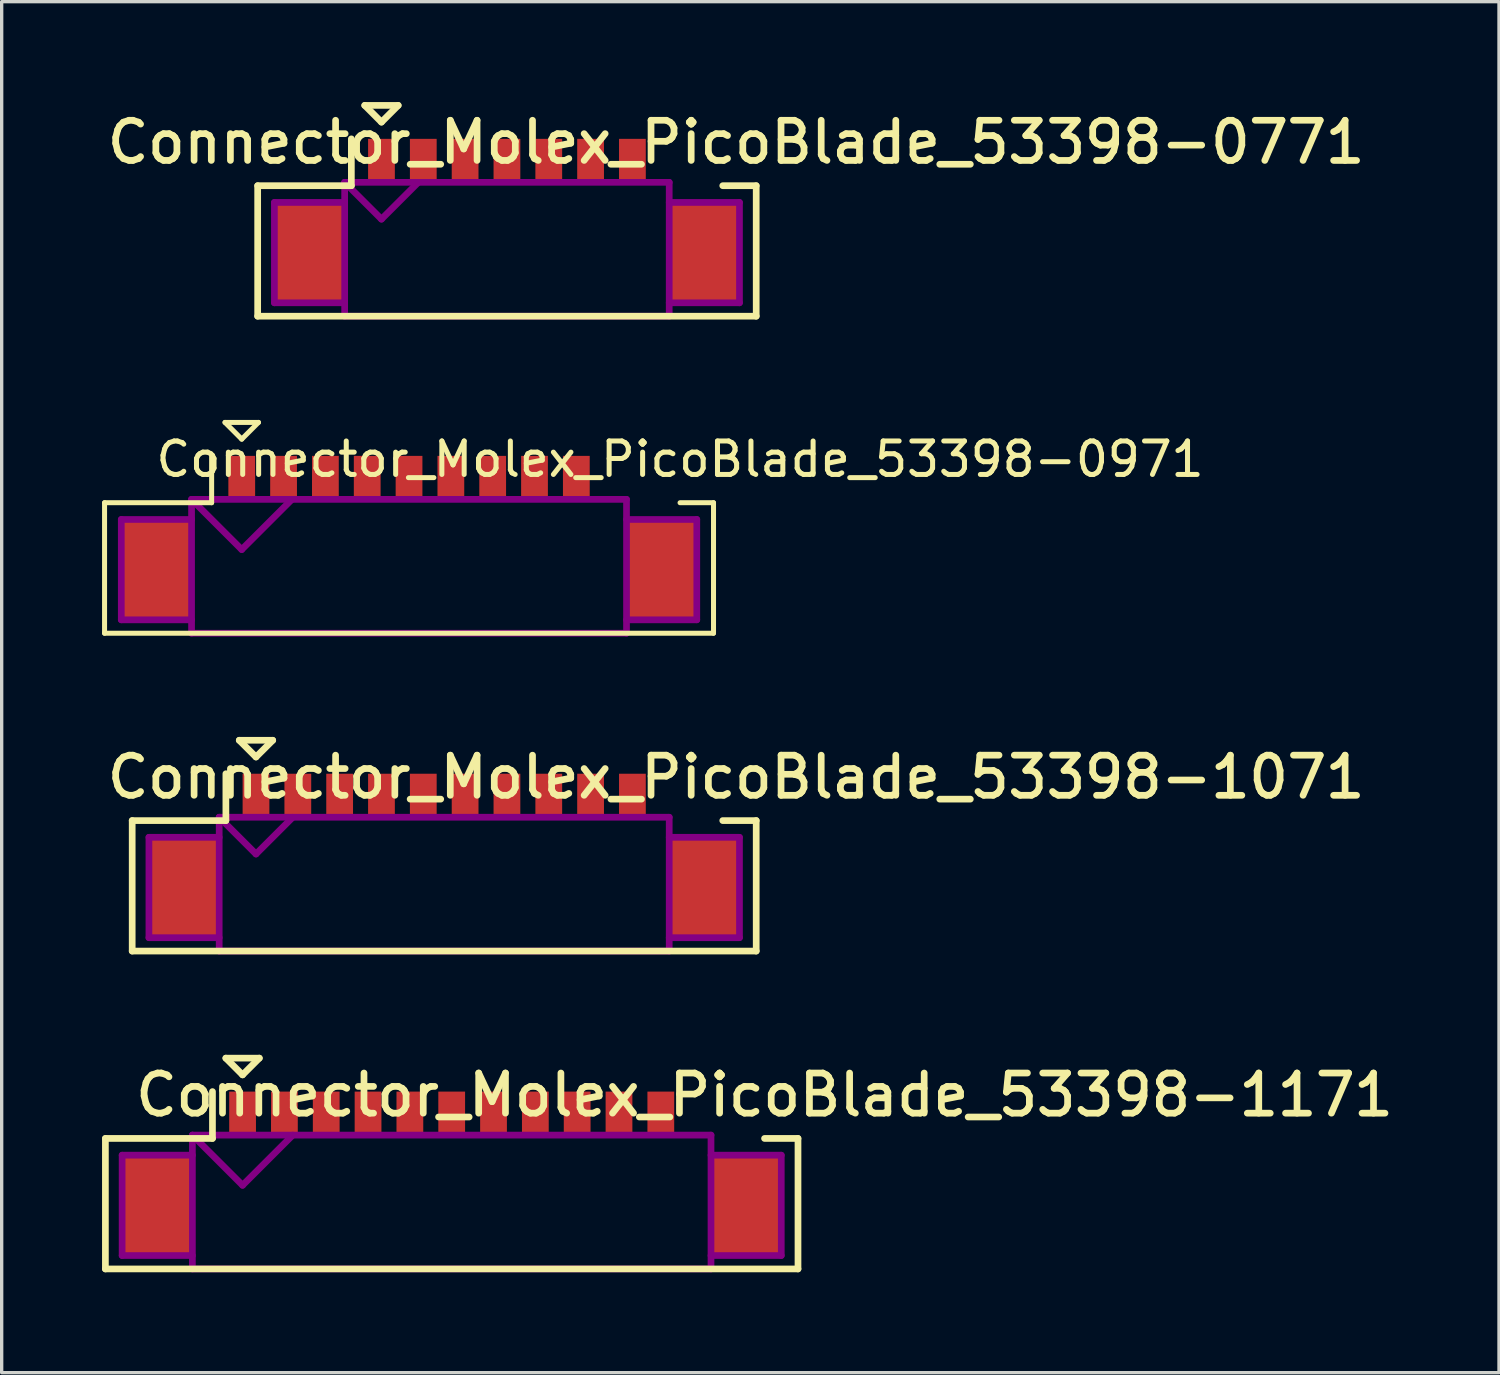
<source format=kicad_pcb>
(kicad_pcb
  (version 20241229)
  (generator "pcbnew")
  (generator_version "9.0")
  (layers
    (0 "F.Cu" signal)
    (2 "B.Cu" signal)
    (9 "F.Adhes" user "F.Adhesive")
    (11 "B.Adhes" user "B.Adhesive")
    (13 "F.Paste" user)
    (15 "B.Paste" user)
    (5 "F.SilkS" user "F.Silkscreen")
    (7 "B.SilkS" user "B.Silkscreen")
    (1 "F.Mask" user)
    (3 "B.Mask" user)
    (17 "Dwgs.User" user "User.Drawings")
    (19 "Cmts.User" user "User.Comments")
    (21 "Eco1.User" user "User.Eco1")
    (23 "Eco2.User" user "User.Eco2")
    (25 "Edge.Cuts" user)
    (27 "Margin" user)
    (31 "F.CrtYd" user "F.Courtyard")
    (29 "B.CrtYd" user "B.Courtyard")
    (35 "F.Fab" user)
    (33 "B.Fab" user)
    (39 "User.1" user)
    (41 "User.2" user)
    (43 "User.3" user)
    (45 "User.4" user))
  (footprint "Connector_Molex_PicoBlade_53398-0971"
    (layer "F.Cu")
    (at 9.175 13.975)
    (property "Reference" "Connector_Molex_PicoBlade_53398-0971" (at 8.1 -3.3 0) (layer "F.SilkS") (effects (font (size 1 1) (thickness 0.15))))
    (attr through_hole)
    (fp_line (start -9.1 -2) (end -9.1 1.9) (stroke (width 0.15) (type solid)) (layer "F.SilkS"))
    (fp_line (start -9.1 1.9) (end 9.1 1.9) (stroke (width 0.15) (type solid)) (layer "F.SilkS"))
    (fp_line (start -5.9 -3.4) (end -5.9 -2) (stroke (width 0.15) (type solid)) (layer "F.SilkS"))
    (fp_line (start -5.9 -2) (end -9.1 -2) (stroke (width 0.15) (type solid)) (layer "F.SilkS"))
    (fp_line (start -5.5 -4.4) (end -4.5 -4.4) (stroke (width 0.15) (type solid)) (layer "F.SilkS"))
    (fp_line (start -5 -3.9) (end -5.5 -4.4) (stroke (width 0.15) (type solid)) (layer "F.SilkS"))
    (fp_line (start -4.5 -4.4) (end -5 -3.9) (stroke (width 0.15) (type solid)) (layer "F.SilkS"))
    (fp_line (start 9.1 -2) (end 8.1 -2) (stroke (width 0.15) (type solid)) (layer "F.SilkS"))
    (fp_line (start 9.1 1.9) (end 9.1 -2) (stroke (width 0.15) (type solid)) (layer "F.SilkS"))
    (fp_line (start -8.6 -1.5) (end -8.6 1.5) (stroke (width 0.2) (type solid)) (layer "F.Adhes"))
    (fp_line (start -8.6 1.5) (end -6.5 1.5) (stroke (width 0.2) (type solid)) (layer "F.Adhes"))
    (fp_line (start -6.5 -2.1) (end -6.5 1.9) (stroke (width 0.2) (type solid)) (layer "F.Adhes"))
    (fp_line (start -6.5 -2.1) (end -5 -0.6) (stroke (width 0.2) (type solid)) (layer "F.Adhes"))
    (fp_line (start -6.5 -1.5) (end -8.6 -1.5) (stroke (width 0.2) (type solid)) (layer "F.Adhes"))
    (fp_line (start -6.5 1.9) (end 6.5 1.9) (stroke (width 0.2) (type solid)) (layer "F.Adhes"))
    (fp_line (start -5 -0.6) (end -3.5 -2.1) (stroke (width 0.2) (type solid)) (layer "F.Adhes"))
    (fp_line (start 6.5 -2.1) (end -6.5 -2.1) (stroke (width 0.2) (type solid)) (layer "F.Adhes"))
    (fp_line (start 6.5 -1.5) (end 8.6 -1.5) (stroke (width 0.2) (type solid)) (layer "F.Adhes"))
    (fp_line (start 6.5 1.9) (end 6.5 -2.1) (stroke (width 0.2) (type solid)) (layer "F.Adhes"))
    (fp_line (start 8.6 -1.5) (end 8.6 1.5) (stroke (width 0.2) (type solid)) (layer "F.Adhes"))
    (fp_line (start 8.6 1.5) (end 6.5 1.5) (stroke (width 0.2) (type solid)) (layer "F.Adhes"))
    (pad "" smd rect (at -7.55 0) (size 2.1 3) (layers "F.Cu" "F.Mask" "F.Paste"))
    (pad "" smd rect (at 7.55 0) (size 2.1 3) (layers "F.Cu" "F.Mask" "F.Paste"))
    (pad "1" smd rect (at -5 -2.75) (size 0.8 1.3) (layers "F.Cu" "F.Mask" "F.Paste"))
    (pad "2" smd rect (at -3.75 -2.75) (size 0.8 1.3) (layers "F.Cu" "F.Mask" "F.Paste"))
    (pad "3" smd rect (at -2.5 -2.75) (size 0.8 1.3) (layers "F.Cu" "F.Mask" "F.Paste"))
    (pad "4" smd rect (at -1.25 -2.75) (size 0.8 1.3) (layers "F.Cu" "F.Mask" "F.Paste"))
    (pad "5" smd rect (at 0 -2.75) (size 0.8 1.3) (layers "F.Cu" "F.Mask" "F.Paste"))
    (pad "6" smd rect (at 1.25 -2.75) (size 0.8 1.3) (layers "F.Cu" "F.Mask" "F.Paste"))
    (pad "7" smd rect (at 2.5 -2.75) (size 0.8 1.3) (layers "F.Cu" "F.Mask" "F.Paste"))
    (pad "8" smd rect (at 3.75 -2.75) (size 0.8 1.3) (layers "F.Cu" "F.Mask" "F.Paste"))
    (pad "9" smd rect (at 5 -2.75) (size 0.8 1.3) (layers "F.Cu" "F.Mask" "F.Paste")))
  (footprint "Connector_Molex_PicoBlade_53398-1071"
    (layer "F.Cu")
    (at 10.226 23.475)
    (property "Reference" "Connector_Molex_PicoBlade_53398-1071" (at 8.725 -3.3 0) (layer "F.SilkS") (effects (font (size 1.2 1.2) (thickness 0.2))))
    (attr through_hole)
    (fp_line (start -9.325 -2) (end -9.325 1.9) (stroke (width 0.2) (type solid)) (layer "F.SilkS"))
    (fp_line (start -9.325 1.9) (end 9.325 1.9) (stroke (width 0.2) (type solid)) (layer "F.SilkS"))
    (fp_line (start -6.525 -3.4) (end -6.525 -2) (stroke (width 0.2) (type solid)) (layer "F.SilkS"))
    (fp_line (start -6.525 -2) (end -9.325 -2) (stroke (width 0.2) (type solid)) (layer "F.SilkS"))
    (fp_line (start -6.125 -4.4) (end -5.125 -4.4) (stroke (width 0.2) (type solid)) (layer "F.SilkS"))
    (fp_line (start -5.625 -3.9) (end -6.125 -4.4) (stroke (width 0.2) (type solid)) (layer "F.SilkS"))
    (fp_line (start -5.125 -4.4) (end -5.625 -3.9) (stroke (width 0.2) (type solid)) (layer "F.SilkS"))
    (fp_line (start 9.325 -2) (end 8.325 -2) (stroke (width 0.2) (type solid)) (layer "F.SilkS"))
    (fp_line (start 9.325 1.9) (end 9.325 -2) (stroke (width 0.2) (type solid)) (layer "F.SilkS"))
    (fp_line (start -8.825 -1.5) (end -8.825 1.5) (stroke (width 0.2) (type solid)) (layer "F.Adhes"))
    (fp_line (start -8.825 1.5) (end -6.725 1.5) (stroke (width 0.2) (type solid)) (layer "F.Adhes"))
    (fp_line (start -6.725 -2.1) (end -6.725 1.9) (stroke (width 0.2) (type solid)) (layer "F.Adhes"))
    (fp_line (start -6.725 -2.1) (end -5.625 -1) (stroke (width 0.2) (type solid)) (layer "F.Adhes"))
    (fp_line (start -6.725 -1.5) (end -8.825 -1.5) (stroke (width 0.2) (type solid)) (layer "F.Adhes"))
    (fp_line (start -6.725 1.9) (end 6.725 1.9) (stroke (width 0.2) (type solid)) (layer "F.Adhes"))
    (fp_line (start -5.625 -1) (end -4.525 -2.1) (stroke (width 0.2) (type solid)) (layer "F.Adhes"))
    (fp_line (start 6.725 -2.1) (end -6.725 -2.1) (stroke (width 0.2) (type solid)) (layer "F.Adhes"))
    (fp_line (start 6.725 -1.5) (end 8.825 -1.5) (stroke (width 0.2) (type solid)) (layer "F.Adhes"))
    (fp_line (start 6.725 1.9) (end 6.725 -2.1) (stroke (width 0.2) (type solid)) (layer "F.Adhes"))
    (fp_line (start 8.825 -1.5) (end 8.825 1.5) (stroke (width 0.2) (type solid)) (layer "F.Adhes"))
    (fp_line (start 8.825 1.5) (end 6.725 1.5) (stroke (width 0.2) (type solid)) (layer "F.Adhes"))
    (pad "" smd rect (at -7.775 0) (size 2.1 3) (layers "F.Cu" "F.Mask"))
    (pad "" smd rect (at 7.775 0) (size 2.1 3) (layers "F.Cu" "F.Mask"))
    (pad "1" smd rect (at -5.625 -2.75) (size 0.8 1.3) (layers "F.Cu" "F.Mask"))
    (pad "2" smd rect (at -4.375 -2.75) (size 0.8 1.3) (layers "F.Cu" "F.Mask"))
    (pad "3" smd rect (at -3.125 -2.75) (size 0.8 1.3) (layers "F.Cu" "F.Mask"))
    (pad "4" smd rect (at -1.875 -2.75) (size 0.8 1.3) (layers "F.Cu" "F.Mask"))
    (pad "5" smd rect (at -0.625 -2.75) (size 0.8 1.3) (layers "F.Cu" "F.Mask"))
    (pad "6" smd rect (at 0.625 -2.75) (size 0.8 1.3) (layers "F.Cu" "F.Mask"))
    (pad "7" smd rect (at 1.875 -2.75) (size 0.8 1.3) (layers "F.Cu" "F.Mask"))
    (pad "8" smd rect (at 3.125 -2.75) (size 0.8 1.3) (layers "F.Cu" "F.Mask"))
    (pad "9" smd rect (at 4.375 -2.75) (size 0.8 1.3) (layers "F.Cu" "F.Mask"))
    (pad "10" smd rect (at 5.625 -2.75) (size 0.8 1.3) (layers "F.Cu" "F.Mask")))
  (footprint "Connector_Molex_PicoBlade_53398-1171"
    (layer "F.Cu")
    (at 10.45 32.975)
    (property "Reference" "Connector_Molex_PicoBlade_53398-1171" (at 9.35 -3.3 0) (layer "F.SilkS") (effects (font (size 1.2 1.2) (thickness 0.2))))
    (attr through_hole)
    (fp_line (start -10.35 -2) (end -10.35 1.9) (stroke (width 0.2) (type solid)) (layer "F.SilkS"))
    (fp_line (start -10.35 1.9) (end 10.35 1.9) (stroke (width 0.2) (type solid)) (layer "F.SilkS"))
    (fp_line (start -7.15 -3.4) (end -7.15 -2) (stroke (width 0.2) (type solid)) (layer "F.SilkS"))
    (fp_line (start -7.15 -2) (end -10.35 -2) (stroke (width 0.2) (type solid)) (layer "F.SilkS"))
    (fp_line (start -6.75 -4.4) (end -5.75 -4.4) (stroke (width 0.2) (type solid)) (layer "F.SilkS"))
    (fp_line (start -6.25 -3.9) (end -6.75 -4.4) (stroke (width 0.2) (type solid)) (layer "F.SilkS"))
    (fp_line (start -5.75 -4.4) (end -6.25 -3.9) (stroke (width 0.2) (type solid)) (layer "F.SilkS"))
    (fp_line (start 10.35 -2) (end 9.35 -2) (stroke (width 0.2) (type solid)) (layer "F.SilkS"))
    (fp_line (start 10.35 1.9) (end 10.35 -2) (stroke (width 0.2) (type solid)) (layer "F.SilkS"))
    (fp_line (start -9.85 -1.5) (end -9.85 1.5) (stroke (width 0.2) (type solid)) (layer "F.Adhes"))
    (fp_line (start -9.85 1.5) (end -7.75 1.5) (stroke (width 0.2) (type solid)) (layer "F.Adhes"))
    (fp_line (start -7.75 -2.1) (end -7.75 1.9) (stroke (width 0.2) (type solid)) (layer "F.Adhes"))
    (fp_line (start -7.75 -2.1) (end -6.25 -0.6) (stroke (width 0.2) (type solid)) (layer "F.Adhes"))
    (fp_line (start -7.75 -1.5) (end -9.85 -1.5) (stroke (width 0.2) (type solid)) (layer "F.Adhes"))
    (fp_line (start -7.75 1.9) (end 7.75 1.9) (stroke (width 0.2) (type solid)) (layer "F.Adhes"))
    (fp_line (start -6.25 -0.6) (end -4.75 -2.1) (stroke (width 0.2) (type solid)) (layer "F.Adhes"))
    (fp_line (start 7.75 -2.1) (end -7.75 -2.1) (stroke (width 0.2) (type solid)) (layer "F.Adhes"))
    (fp_line (start 7.75 -1.5) (end 9.85 -1.5) (stroke (width 0.2) (type solid)) (layer "F.Adhes"))
    (fp_line (start 7.75 1.9) (end 7.75 -2.1) (stroke (width 0.2) (type solid)) (layer "F.Adhes"))
    (fp_line (start 9.85 -1.5) (end 9.85 1.5) (stroke (width 0.2) (type solid)) (layer "F.Adhes"))
    (fp_line (start 9.85 1.5) (end 7.75 1.5) (stroke (width 0.2) (type solid)) (layer "F.Adhes"))
    (pad "" smd rect (at -8.8 0) (size 2.1 3) (layers "F.Cu" "F.Mask" "F.Paste"))
    (pad "" smd rect (at 8.8 0) (size 2.1 3) (layers "F.Cu" "F.Mask" "F.Paste"))
    (pad "1" smd rect (at -6.25 -2.75) (size 0.8 1.3) (layers "F.Cu" "F.Mask" "F.Paste"))
    (pad "2" smd rect (at -5 -2.75) (size 0.8 1.3) (layers "F.Cu" "F.Mask" "F.Paste"))
    (pad "3" smd rect (at -3.75 -2.75) (size 0.8 1.3) (layers "F.Cu" "F.Mask" "F.Paste"))
    (pad "4" smd rect (at -2.5 -2.75) (size 0.8 1.3) (layers "F.Cu" "F.Mask" "F.Paste"))
    (pad "5" smd rect (at -1.25 -2.75) (size 0.8 1.3) (layers "F.Cu" "F.Mask" "F.Paste"))
    (pad "6" smd rect (at 0 -2.75) (size 0.8 1.3) (layers "F.Cu" "F.Mask" "F.Paste"))
    (pad "7" smd rect (at 1.25 -2.75) (size 0.8 1.3) (layers "F.Cu" "F.Mask" "F.Paste"))
    (pad "8" smd rect (at 2.5 -2.75) (size 0.8 1.3) (layers "F.Cu" "F.Mask" "F.Paste"))
    (pad "9" smd rect (at 3.75 -2.75) (size 0.8 1.3) (layers "F.Cu" "F.Mask" "F.Paste"))
    (pad "10" smd rect (at 5 -2.75) (size 0.8 1.3) (layers "F.Cu" "F.Mask" "F.Paste"))
    (pad "11" smd rect (at 6.25 -2.75) (size 0.8 1.3) (layers "F.Cu" "F.Mask" "F.Paste")))
  (footprint "Connector_Molex_PicoBlade_53398-0771"
    (layer "F.Cu")
    (at 12.101 4.5)
    (property "Reference" "Connector_Molex_PicoBlade_53398-0771" (at 6.85 -3.3 0) (layer "F.SilkS") (effects (font (size 1.2 1.2) (thickness 0.2))))
    (attr through_hole)
    (fp_line (start -7.45 -2) (end -7.45 1.9) (stroke (width 0.2) (type solid)) (layer "F.SilkS"))
    (fp_line (start -7.45 1.9) (end 7.45 1.9) (stroke (width 0.2) (type solid)) (layer "F.SilkS"))
    (fp_line (start -4.65 -3.4) (end -4.65 -2) (stroke (width 0.2) (type solid)) (layer "F.SilkS"))
    (fp_line (start -4.65 -2) (end -7.45 -2) (stroke (width 0.2) (type solid)) (layer "F.SilkS"))
    (fp_line (start -4.25 -4.4) (end -3.25 -4.4) (stroke (width 0.2) (type solid)) (layer "F.SilkS"))
    (fp_line (start -3.75 -3.9) (end -4.25 -4.4) (stroke (width 0.2) (type solid)) (layer "F.SilkS"))
    (fp_line (start -3.25 -4.4) (end -3.75 -3.9) (stroke (width 0.2) (type solid)) (layer "F.SilkS"))
    (fp_line (start 7.45 -2) (end 6.45 -2) (stroke (width 0.2) (type solid)) (layer "F.SilkS"))
    (fp_line (start 7.45 1.9) (end 7.45 -2) (stroke (width 0.2) (type solid)) (layer "F.SilkS"))
    (fp_line (start -6.95 -1.5) (end -6.95 1.5) (stroke (width 0.2) (type solid)) (layer "F.Adhes"))
    (fp_line (start -6.95 1.5) (end -4.85 1.5) (stroke (width 0.2) (type solid)) (layer "F.Adhes"))
    (fp_line (start -4.85 -2.1) (end -4.85 1.9) (stroke (width 0.2) (type solid)) (layer "F.Adhes"))
    (fp_line (start -4.85 -2.1) (end -3.75 -1) (stroke (width 0.2) (type solid)) (layer "F.Adhes"))
    (fp_line (start -4.85 -1.5) (end -6.95 -1.5) (stroke (width 0.2) (type solid)) (layer "F.Adhes"))
    (fp_line (start -4.85 1.9) (end 4.85 1.9) (stroke (width 0.2) (type solid)) (layer "F.Adhes"))
    (fp_line (start -3.75 -1) (end -2.65 -2.1) (stroke (width 0.2) (type solid)) (layer "F.Adhes"))
    (fp_line (start 4.85 -2.1) (end -4.85 -2.1) (stroke (width 0.2) (type solid)) (layer "F.Adhes"))
    (fp_line (start 4.85 -1.5) (end 6.95 -1.5) (stroke (width 0.2) (type solid)) (layer "F.Adhes"))
    (fp_line (start 4.85 1.9) (end 4.85 -2.1) (stroke (width 0.2) (type solid)) (layer "F.Adhes"))
    (fp_line (start 6.95 -1.5) (end 6.95 1.5) (stroke (width 0.2) (type solid)) (layer "F.Adhes"))
    (fp_line (start 6.95 1.5) (end 4.85 1.5) (stroke (width 0.2) (type solid)) (layer "F.Adhes"))
    (pad "" smd rect (at -5.9 0) (size 2.1 3) (layers "F.Cu" "F.Mask"))
    (pad "" smd rect (at 5.9 0) (size 2.1 3) (layers "F.Cu" "F.Mask"))
    (pad "1" smd rect (at -3.75 -2.75) (size 0.8 1.3) (layers "F.Cu" "F.Mask"))
    (pad "2" smd rect (at -2.5 -2.75) (size 0.8 1.3) (layers "F.Cu" "F.Mask"))
    (pad "3" smd rect (at -1.25 -2.75) (size 0.8 1.3) (layers "F.Cu" "F.Mask"))
    (pad "4" smd rect (at 0 -2.75) (size 0.8 1.3) (layers "F.Cu" "F.Mask"))
    (pad "5" smd rect (at 1.25 -2.75) (size 0.8 1.3) (layers "F.Cu" "F.Mask"))
    (pad "6" smd rect (at 2.5 -2.75) (size 0.8 1.3) (layers "F.Cu" "F.Mask"))
    (pad "7" smd rect (at 3.75 -2.75) (size 0.8 1.3) (layers "F.Cu" "F.Mask")))
  (gr_rect
    (start -3 -3)
    (end 41.751 37.975)
    (stroke (width 0.1) (type default))
    (fill no)
    (layer "Edge.Cuts")))
</source>
